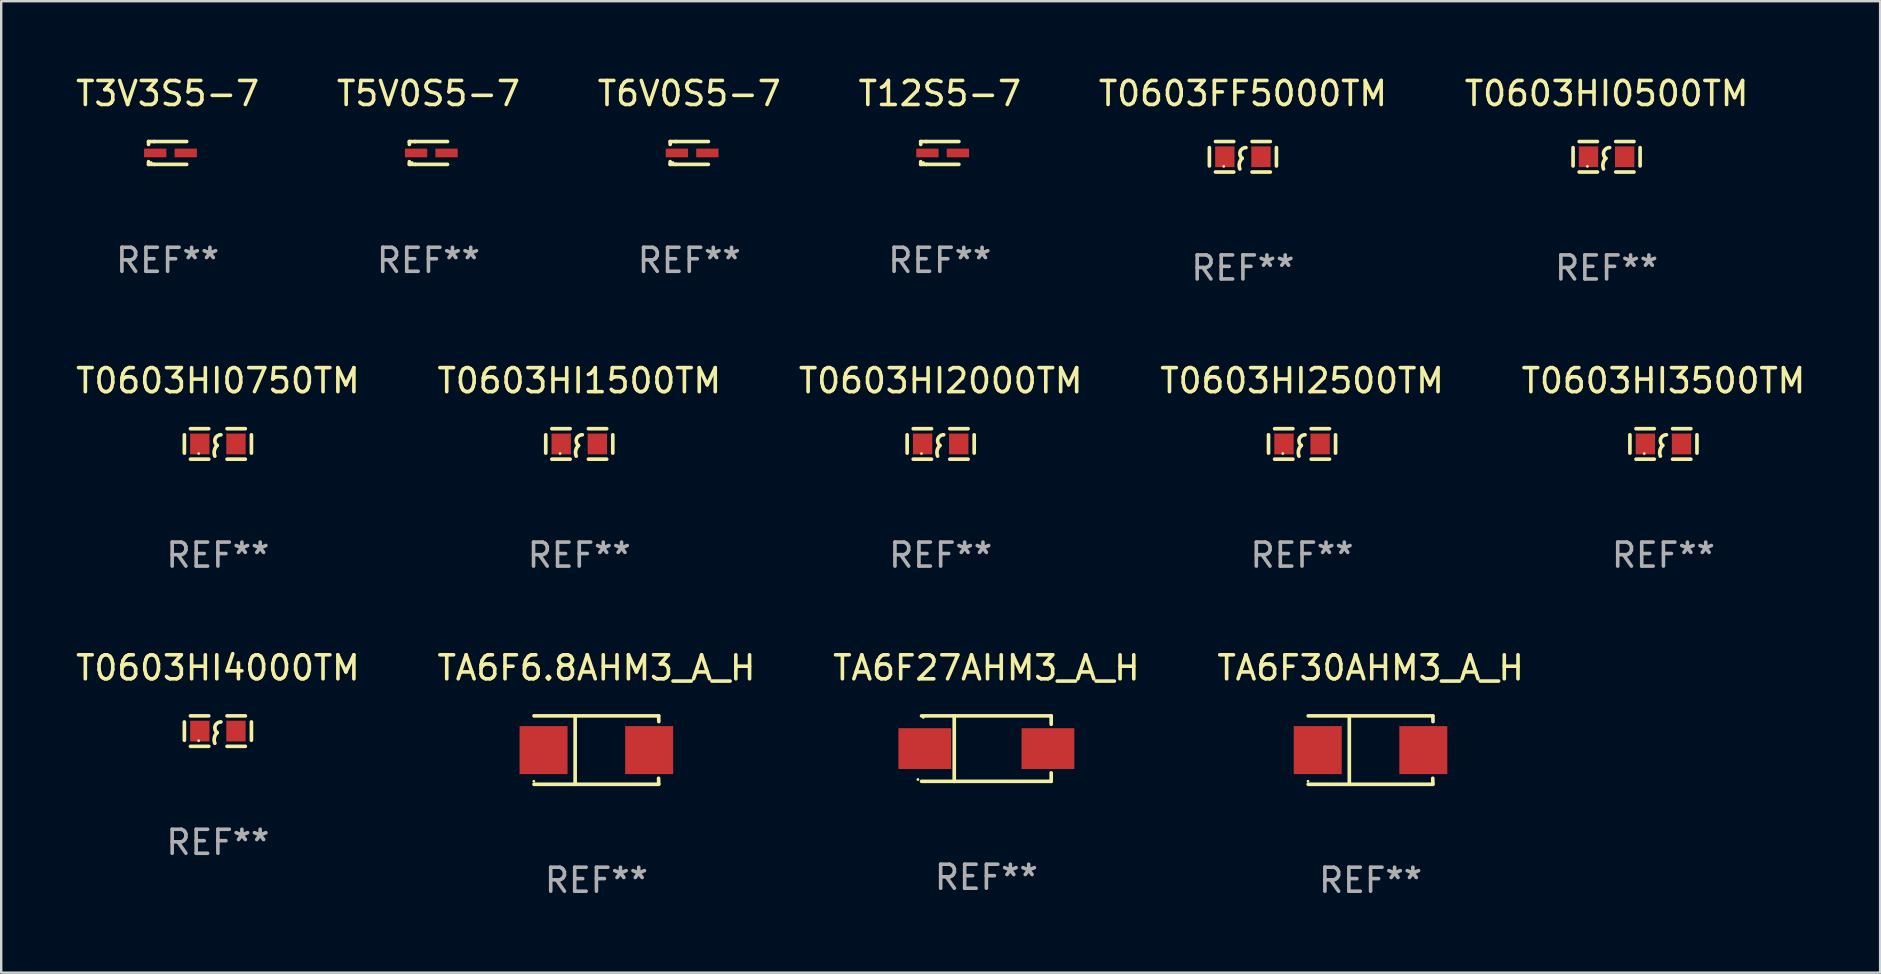
<source format=kicad_pcb>
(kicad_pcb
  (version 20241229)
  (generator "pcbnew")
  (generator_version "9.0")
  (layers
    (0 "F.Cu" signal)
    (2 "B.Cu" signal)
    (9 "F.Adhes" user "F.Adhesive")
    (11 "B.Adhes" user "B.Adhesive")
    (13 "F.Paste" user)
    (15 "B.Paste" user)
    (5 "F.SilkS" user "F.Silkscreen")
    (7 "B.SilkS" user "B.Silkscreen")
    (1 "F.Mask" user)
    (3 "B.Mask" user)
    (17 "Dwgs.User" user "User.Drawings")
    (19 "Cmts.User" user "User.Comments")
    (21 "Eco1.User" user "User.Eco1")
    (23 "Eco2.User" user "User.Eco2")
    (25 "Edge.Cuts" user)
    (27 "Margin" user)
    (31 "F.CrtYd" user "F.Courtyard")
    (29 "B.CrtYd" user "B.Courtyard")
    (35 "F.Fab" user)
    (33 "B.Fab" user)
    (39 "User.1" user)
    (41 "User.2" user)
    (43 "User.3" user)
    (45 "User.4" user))
  (footprint "T0603HI2500TM"
    (layer "F.Cu")
    (at 51.208 15.45)
    (property "Reference" "T0603HI2500TM" (at 0 -2.635 0) (layer "F.SilkS") (effects (font (size 1 1) (thickness 0.15))))
    (attr through_hole)
    (fp_line (start -1.397 -0.381) (end -1.397 0.381) (stroke (width 0.152) (type solid)) (layer "F.SilkS"))
    (fp_line (start -0.381 -0.635) (end -1.143 -0.635) (stroke (width 0.152) (type solid)) (layer "F.SilkS"))
    (fp_line (start -0.381 0.635) (end -1.143 0.635) (stroke (width 0.152) (type solid)) (layer "F.SilkS"))
    (fp_line (start 0.381 -0.635) (end 1.143 -0.635) (stroke (width 0.152) (type solid)) (layer "F.SilkS"))
    (fp_line (start 0.381 0.635) (end 1.143 0.635) (stroke (width 0.152) (type solid)) (layer "F.SilkS"))
    (fp_line (start 1.397 -0.381) (end 1.397 0.381) (stroke (width 0.152) (type solid)) (layer "F.SilkS"))
    (fp_arc (start -0.127 0.508001) (mid -0.146523 0.271131) (end -0.030861 0.0635) (stroke (width 0.151994) (type solid)) (layer "F.SilkS"))
    (fp_arc (start -0.03175 0.0635) (mid -0.113571 -0.216321) (end 0.127001 -0.381002) (stroke (width 0.151994) (type solid)) (layer "F.SilkS"))
    (fp_circle (center -0.8 0.4) (end -0.77 0.4) (stroke (width 0.06) (type solid)) (fill no) (layer "F.SilkS"))
    (fp_text user "REF**" (at 0 4.635 0) (layer "F.Fab") (effects (font (size 1 1) (thickness 0.15))))
    (pad "1" smd rect (at -0.753 0) (size 0.806 0.864) (layers "F.Cu" "F.Mask" "F.Paste"))
    (pad "2" smd rect (at 0.753 0) (size 0.806 0.864) (layers "F.Cu" "F.Mask" "F.Paste")))
  (footprint "T12S5-7"
    (layer "F.Cu")
    (at 36.113 3.324)
    (property "Reference" "T12S5-7" (at 0 -2.476 0) (layer "F.SilkS") (effects (font (size 1 1) (thickness 0.15))))
    (attr through_hole)
    (fp_line (start -0.795 -0.476) (end -0.795 -0.356) (stroke (width 0.152) (type solid)) (layer "F.SilkS"))
    (fp_line (start -0.795 0.363) (end -0.795 0.476) (stroke (width 0.152) (type solid)) (layer "F.SilkS"))
    (fp_line (start -0.795 0.476) (end -0.557 0.476) (stroke (width 0.152) (type solid)) (layer "F.SilkS"))
    (fp_line (start -0.557 -0.476) (end -0.795 -0.476) (stroke (width 0.152) (type solid)) (layer "F.SilkS"))
    (fp_line (start -0.557 -0.476) (end 0.795 -0.476) (stroke (width 0.152) (type solid)) (layer "F.SilkS"))
    (fp_line (start -0.557 0.476) (end 0.795 0.476) (stroke (width 0.152) (type solid)) (layer "F.SilkS"))
    (fp_circle (center -0.681 0.4) (end -0.651 0.4) (stroke (width 0.06) (type solid)) (fill no) (layer "F.SilkS"))
    (fp_text user "REF**" (at 0 4.476 0) (layer "F.Fab") (effects (font (size 1 1) (thickness 0.15))))
    (pad "1" smd rect (at -0.516 0 180) (size 0.93 0.36) (layers "F.Cu" "F.Mask" "F.Paste"))
    (pad "2" smd rect (at 0.754 0 180) (size 0.93 0.36) (layers "F.Cu" "F.Mask" "F.Paste")))
  (footprint "T0603HI0750TM"
    (layer "F.Cu")
    (at 6.03 15.45)
    (property "Reference" "T0603HI0750TM" (at 0 -2.635 0) (layer "F.SilkS") (effects (font (size 1 1) (thickness 0.15))))
    (attr through_hole)
    (fp_line (start -1.397 -0.381) (end -1.397 0.381) (stroke (width 0.152) (type solid)) (layer "F.SilkS"))
    (fp_line (start -0.381 -0.635) (end -1.143 -0.635) (stroke (width 0.152) (type solid)) (layer "F.SilkS"))
    (fp_line (start -0.381 0.635) (end -1.143 0.635) (stroke (width 0.152) (type solid)) (layer "F.SilkS"))
    (fp_line (start 0.381 -0.635) (end 1.143 -0.635) (stroke (width 0.152) (type solid)) (layer "F.SilkS"))
    (fp_line (start 0.381 0.635) (end 1.143 0.635) (stroke (width 0.152) (type solid)) (layer "F.SilkS"))
    (fp_line (start 1.397 -0.381) (end 1.397 0.381) (stroke (width 0.152) (type solid)) (layer "F.SilkS"))
    (fp_arc (start -0.127 0.508001) (mid -0.146523 0.271131) (end -0.030861 0.0635) (stroke (width 0.151994) (type solid)) (layer "F.SilkS"))
    (fp_arc (start -0.03175 0.0635) (mid -0.113571 -0.216321) (end 0.127001 -0.381002) (stroke (width 0.151994) (type solid)) (layer "F.SilkS"))
    (fp_circle (center -0.8 0.4) (end -0.77 0.4) (stroke (width 0.06) (type solid)) (fill no) (layer "F.SilkS"))
    (fp_text user "REF**" (at 0 4.635 0) (layer "F.Fab") (effects (font (size 1 1) (thickness 0.15))))
    (pad "1" smd rect (at -0.753 0) (size 0.806 0.864) (layers "F.Cu" "F.Mask" "F.Paste"))
    (pad "2" smd rect (at 0.753 0) (size 0.806 0.864) (layers "F.Cu" "F.Mask" "F.Paste")))
  (footprint "T0603HI4000TM"
    (layer "F.Cu")
    (at 6.03 27.416)
    (property "Reference" "T0603HI4000TM" (at 0 -2.635 0) (layer "F.SilkS") (effects (font (size 1 1) (thickness 0.15))))
    (attr through_hole)
    (fp_line (start -1.397 -0.381) (end -1.397 0.381) (stroke (width 0.152) (type solid)) (layer "F.SilkS"))
    (fp_line (start -0.381 -0.635) (end -1.143 -0.635) (stroke (width 0.152) (type solid)) (layer "F.SilkS"))
    (fp_line (start -0.381 0.635) (end -1.143 0.635) (stroke (width 0.152) (type solid)) (layer "F.SilkS"))
    (fp_line (start 0.381 -0.635) (end 1.143 -0.635) (stroke (width 0.152) (type solid)) (layer "F.SilkS"))
    (fp_line (start 0.381 0.635) (end 1.143 0.635) (stroke (width 0.152) (type solid)) (layer "F.SilkS"))
    (fp_line (start 1.397 -0.381) (end 1.397 0.381) (stroke (width 0.152) (type solid)) (layer "F.SilkS"))
    (fp_arc (start -0.127 0.508001) (mid -0.146523 0.271131) (end -0.030861 0.0635) (stroke (width 0.151994) (type solid)) (layer "F.SilkS"))
    (fp_arc (start -0.03175 0.0635) (mid -0.113571 -0.216321) (end 0.127001 -0.381002) (stroke (width 0.151994) (type solid)) (layer "F.SilkS"))
    (fp_circle (center -0.8 0.4) (end -0.77 0.4) (stroke (width 0.06) (type solid)) (fill no) (layer "F.SilkS"))
    (fp_text user "REF**" (at 0 4.635 0) (layer "F.Fab") (effects (font (size 1 1) (thickness 0.15))))
    (pad "1" smd rect (at -0.753 0) (size 0.806 0.864) (layers "F.Cu" "F.Mask" "F.Paste"))
    (pad "2" smd rect (at 0.753 0) (size 0.806 0.864) (layers "F.Cu" "F.Mask" "F.Paste")))
  (footprint "T0603HI2000TM"
    (layer "F.Cu")
    (at 36.149 15.45)
    (property "Reference" "T0603HI2000TM" (at 0 -2.635 0) (layer "F.SilkS") (effects (font (size 1 1) (thickness 0.15))))
    (attr through_hole)
    (fp_line (start -1.397 -0.381) (end -1.397 0.381) (stroke (width 0.152) (type solid)) (layer "F.SilkS"))
    (fp_line (start -0.381 -0.635) (end -1.143 -0.635) (stroke (width 0.152) (type solid)) (layer "F.SilkS"))
    (fp_line (start -0.381 0.635) (end -1.143 0.635) (stroke (width 0.152) (type solid)) (layer "F.SilkS"))
    (fp_line (start 0.381 -0.635) (end 1.143 -0.635) (stroke (width 0.152) (type solid)) (layer "F.SilkS"))
    (fp_line (start 0.381 0.635) (end 1.143 0.635) (stroke (width 0.152) (type solid)) (layer "F.SilkS"))
    (fp_line (start 1.397 -0.381) (end 1.397 0.381) (stroke (width 0.152) (type solid)) (layer "F.SilkS"))
    (fp_arc (start -0.127 0.508001) (mid -0.146523 0.271131) (end -0.030861 0.0635) (stroke (width 0.151994) (type solid)) (layer "F.SilkS"))
    (fp_arc (start -0.03175 0.0635) (mid -0.113571 -0.216321) (end 0.127001 -0.381002) (stroke (width 0.151994) (type solid)) (layer "F.SilkS"))
    (fp_circle (center -0.8 0.4) (end -0.77 0.4) (stroke (width 0.06) (type solid)) (fill no) (layer "F.SilkS"))
    (fp_text user "REF**" (at 0 4.635 0) (layer "F.Fab") (effects (font (size 1 1) (thickness 0.15))))
    (pad "1" smd rect (at -0.753 0) (size 0.806 0.864) (layers "F.Cu" "F.Mask" "F.Paste"))
    (pad "2" smd rect (at 0.753 0) (size 0.806 0.864) (layers "F.Cu" "F.Mask" "F.Paste")))
  (footprint "T0603HI1500TM"
    (layer "F.Cu")
    (at 21.089 15.45)
    (property "Reference" "T0603HI1500TM" (at 0 -2.635 0) (layer "F.SilkS") (effects (font (size 1 1) (thickness 0.15))))
    (attr through_hole)
    (fp_line (start -1.397 -0.381) (end -1.397 0.381) (stroke (width 0.152) (type solid)) (layer "F.SilkS"))
    (fp_line (start -0.381 -0.635) (end -1.143 -0.635) (stroke (width 0.152) (type solid)) (layer "F.SilkS"))
    (fp_line (start -0.381 0.635) (end -1.143 0.635) (stroke (width 0.152) (type solid)) (layer "F.SilkS"))
    (fp_line (start 0.381 -0.635) (end 1.143 -0.635) (stroke (width 0.152) (type solid)) (layer "F.SilkS"))
    (fp_line (start 0.381 0.635) (end 1.143 0.635) (stroke (width 0.152) (type solid)) (layer "F.SilkS"))
    (fp_line (start 1.397 -0.381) (end 1.397 0.381) (stroke (width 0.152) (type solid)) (layer "F.SilkS"))
    (fp_arc (start -0.127 0.508001) (mid -0.146523 0.271131) (end -0.030861 0.0635) (stroke (width 0.151994) (type solid)) (layer "F.SilkS"))
    (fp_arc (start -0.03175 0.0635) (mid -0.113571 -0.216321) (end 0.127001 -0.381002) (stroke (width 0.151994) (type solid)) (layer "F.SilkS"))
    (fp_circle (center -0.8 0.4) (end -0.77 0.4) (stroke (width 0.06) (type solid)) (fill no) (layer "F.SilkS"))
    (fp_text user "REF**" (at 0 4.635 0) (layer "F.Fab") (effects (font (size 1 1) (thickness 0.15))))
    (pad "1" smd rect (at -0.753 0) (size 0.806 0.864) (layers "F.Cu" "F.Mask" "F.Paste"))
    (pad "2" smd rect (at 0.753 0) (size 0.806 0.864) (layers "F.Cu" "F.Mask" "F.Paste")))
  (footprint "T0603HI3500TM"
    (layer "F.Cu")
    (at 66.268 15.45)
    (property "Reference" "T0603HI3500TM" (at 0 -2.635 0) (layer "F.SilkS") (effects (font (size 1 1) (thickness 0.15))))
    (attr through_hole)
    (fp_line (start -1.397 -0.381) (end -1.397 0.381) (stroke (width 0.152) (type solid)) (layer "F.SilkS"))
    (fp_line (start -0.381 -0.635) (end -1.143 -0.635) (stroke (width 0.152) (type solid)) (layer "F.SilkS"))
    (fp_line (start -0.381 0.635) (end -1.143 0.635) (stroke (width 0.152) (type solid)) (layer "F.SilkS"))
    (fp_line (start 0.381 -0.635) (end 1.143 -0.635) (stroke (width 0.152) (type solid)) (layer "F.SilkS"))
    (fp_line (start 0.381 0.635) (end 1.143 0.635) (stroke (width 0.152) (type solid)) (layer "F.SilkS"))
    (fp_line (start 1.397 -0.381) (end 1.397 0.381) (stroke (width 0.152) (type solid)) (layer "F.SilkS"))
    (fp_arc (start -0.127 0.508001) (mid -0.146523 0.271131) (end -0.030861 0.0635) (stroke (width 0.151994) (type solid)) (layer "F.SilkS"))
    (fp_arc (start -0.03175 0.0635) (mid -0.113571 -0.216321) (end 0.127001 -0.381002) (stroke (width 0.151994) (type solid)) (layer "F.SilkS"))
    (fp_circle (center -0.8 0.4) (end -0.77 0.4) (stroke (width 0.06) (type solid)) (fill no) (layer "F.SilkS"))
    (fp_text user "REF**" (at 0 4.635 0) (layer "F.Fab") (effects (font (size 1 1) (thickness 0.15))))
    (pad "1" smd rect (at -0.753 0) (size 0.806 0.864) (layers "F.Cu" "F.Mask" "F.Paste"))
    (pad "2" smd rect (at 0.753 0) (size 0.806 0.864) (layers "F.Cu" "F.Mask" "F.Paste")))
  (footprint "T0603HI0500TM"
    (layer "F.Cu")
    (at 63.899 3.483)
    (property "Reference" "T0603HI0500TM" (at 0 -2.635 0) (layer "F.SilkS") (effects (font (size 1 1) (thickness 0.15))))
    (attr through_hole)
    (fp_line (start -1.397 -0.381) (end -1.397 0.381) (stroke (width 0.152) (type solid)) (layer "F.SilkS"))
    (fp_line (start -0.381 -0.635) (end -1.143 -0.635) (stroke (width 0.152) (type solid)) (layer "F.SilkS"))
    (fp_line (start -0.381 0.635) (end -1.143 0.635) (stroke (width 0.152) (type solid)) (layer "F.SilkS"))
    (fp_line (start 0.381 -0.635) (end 1.143 -0.635) (stroke (width 0.152) (type solid)) (layer "F.SilkS"))
    (fp_line (start 0.381 0.635) (end 1.143 0.635) (stroke (width 0.152) (type solid)) (layer "F.SilkS"))
    (fp_line (start 1.397 -0.381) (end 1.397 0.381) (stroke (width 0.152) (type solid)) (layer "F.SilkS"))
    (fp_arc (start -0.127 0.508001) (mid -0.146523 0.271131) (end -0.030861 0.0635) (stroke (width 0.151994) (type solid)) (layer "F.SilkS"))
    (fp_arc (start -0.03175 0.0635) (mid -0.113571 -0.216321) (end 0.127001 -0.381002) (stroke (width 0.151994) (type solid)) (layer "F.SilkS"))
    (fp_circle (center -0.8 0.4) (end -0.77 0.4) (stroke (width 0.06) (type solid)) (fill no) (layer "F.SilkS"))
    (fp_text user "REF**" (at 0 4.635 0) (layer "F.Fab") (effects (font (size 1 1) (thickness 0.15))))
    (pad "1" smd rect (at -0.753 0) (size 0.806 0.864) (layers "F.Cu" "F.Mask" "F.Paste"))
    (pad "2" smd rect (at 0.753 0) (size 0.806 0.864) (layers "F.Cu" "F.Mask" "F.Paste")))
  (footprint "T0603FF5000TM"
    (layer "F.Cu")
    (at 48.744 3.483)
    (property "Reference" "T0603FF5000TM" (at 0 -2.635 0) (layer "F.SilkS") (effects (font (size 1 1) (thickness 0.15))))
    (attr through_hole)
    (fp_line (start -1.397 -0.381) (end -1.397 0.381) (stroke (width 0.152) (type solid)) (layer "F.SilkS"))
    (fp_line (start -0.381 -0.635) (end -1.143 -0.635) (stroke (width 0.152) (type solid)) (layer "F.SilkS"))
    (fp_line (start -0.381 0.635) (end -1.143 0.635) (stroke (width 0.152) (type solid)) (layer "F.SilkS"))
    (fp_line (start 0.381 -0.635) (end 1.143 -0.635) (stroke (width 0.152) (type solid)) (layer "F.SilkS"))
    (fp_line (start 0.381 0.635) (end 1.143 0.635) (stroke (width 0.152) (type solid)) (layer "F.SilkS"))
    (fp_line (start 1.397 -0.381) (end 1.397 0.381) (stroke (width 0.152) (type solid)) (layer "F.SilkS"))
    (fp_arc (start -0.127 0.508001) (mid -0.146523 0.271131) (end -0.030861 0.0635) (stroke (width 0.151994) (type solid)) (layer "F.SilkS"))
    (fp_arc (start -0.03175 0.0635) (mid -0.113571 -0.216321) (end 0.127001 -0.381002) (stroke (width 0.151994) (type solid)) (layer "F.SilkS"))
    (fp_circle (center -0.8 0.4) (end -0.77 0.4) (stroke (width 0.06) (type solid)) (fill no) (layer "F.SilkS"))
    (fp_text user "REF**" (at 0 4.635 0) (layer "F.Fab") (effects (font (size 1 1) (thickness 0.15))))
    (pad "1" smd rect (at -0.753 0) (size 0.806 0.864) (layers "F.Cu" "F.Mask" "F.Paste"))
    (pad "2" smd rect (at 0.753 0) (size 0.806 0.864) (layers "F.Cu" "F.Mask" "F.Paste")))
  (footprint "TA6F6.8AHM3_A_H"
    (layer "F.Cu")
    (at 21.804 28.207)
    (property "Reference" "TA6F6.8AHM3_A_H" (at 0 -3.426 0) (layer "F.SilkS") (effects (font (size 1 1) (thickness 0.15))))
    (attr through_hole)
    (fp_line (start -2.6 -1.426) (end 2.593 -1.426) (stroke (width 0.152) (type solid)) (layer "F.SilkS"))
    (fp_line (start -2.6 1.426) (end 2.593 1.426) (stroke (width 0.152) (type solid)) (layer "F.SilkS"))
    (fp_line (start -0.887 -1.426) (end -0.887 1.426) (stroke (width 0.152) (type solid)) (layer "F.SilkS"))
    (fp_line (start 2.59 1.176) (end 2.597 1.415) (stroke (width 0.152) (type solid)) (layer "F.SilkS"))
    (fp_line (start 2.593 -1.426) (end 2.6 -1.187) (stroke (width 0.152) (type solid)) (layer "F.SilkS"))
    (fp_circle (center -2.608 1.3) (end -2.578 1.3) (stroke (width 0.06) (type solid)) (fill no) (layer "F.SilkS"))
    (fp_text user "REF**" (at 0 5.426 0) (layer "F.Fab") (effects (font (size 1 1) (thickness 0.15))))
    (pad "1" smd rect (at -2.203 0 180) (size 2 2) (layers "F.Cu" "F.Mask" "F.Paste"))
    (pad "2" smd rect (at 2.197 0 180) (size 2 2) (layers "F.Cu" "F.Mask" "F.Paste")))
  (footprint "T3V3S5-7"
    (layer "F.Cu")
    (at 3.935 3.324)
    (property "Reference" "T3V3S5-7" (at 0 -2.476 0) (layer "F.SilkS") (effects (font (size 1 1) (thickness 0.15))))
    (attr through_hole)
    (fp_line (start -0.795 -0.476) (end -0.795 -0.356) (stroke (width 0.152) (type solid)) (layer "F.SilkS"))
    (fp_line (start -0.795 0.363) (end -0.795 0.476) (stroke (width 0.152) (type solid)) (layer "F.SilkS"))
    (fp_line (start -0.795 0.476) (end -0.557 0.476) (stroke (width 0.152) (type solid)) (layer "F.SilkS"))
    (fp_line (start -0.557 -0.476) (end -0.795 -0.476) (stroke (width 0.152) (type solid)) (layer "F.SilkS"))
    (fp_line (start -0.557 -0.476) (end 0.795 -0.476) (stroke (width 0.152) (type solid)) (layer "F.SilkS"))
    (fp_line (start -0.557 0.476) (end 0.795 0.476) (stroke (width 0.152) (type solid)) (layer "F.SilkS"))
    (fp_circle (center -0.681 0.4) (end -0.651 0.4) (stroke (width 0.06) (type solid)) (fill no) (layer "F.SilkS"))
    (fp_text user "REF**" (at 0 4.476 0) (layer "F.Fab") (effects (font (size 1 1) (thickness 0.15))))
    (pad "1" smd rect (at -0.516 0 180) (size 0.93 0.36) (layers "F.Cu" "F.Mask" "F.Paste"))
    (pad "2" smd rect (at 0.754 0 180) (size 0.93 0.36) (layers "F.Cu" "F.Mask" "F.Paste")))
  (footprint "TA6F27AHM3_A_H"
    (layer "F.Cu")
    (at 38.054 28.145)
    (property "Reference" "TA6F27AHM3_A_H" (at 0 -3.364 0) (layer "F.SilkS") (effects (font (size 1 1) (thickness 0.15))))
    (attr through_hole)
    (fp_line (start -2.701 -1.364) (end 2.701 -1.364) (stroke (width 0.152) (type solid)) (layer "F.SilkS"))
    (fp_line (start -2.701 1.364) (end 2.701 1.364) (stroke (width 0.152) (type solid)) (layer "F.SilkS"))
    (fp_line (start -1.339 -1.364) (end -1.339 1.364) (stroke (width 0.152) (type solid)) (layer "F.SilkS"))
    (fp_line (start 2.701 -1.364) (end 2.701 -1.013) (stroke (width 0.152) (type solid)) (layer "F.SilkS"))
    (fp_line (start 2.701 1.364) (end 2.701 1.013) (stroke (width 0.152) (type solid)) (layer "F.SilkS"))
    (fp_circle (center -2.853 1.288) (end -2.823 1.288) (stroke (width 0.06) (type solid)) (fill no) (layer "F.SilkS"))
    (fp_circle (center -2.628 -1.3) (end -2.598 -1.3) (stroke (width 0.06) (type solid)) (fill no) (layer "F.SilkS"))
    (fp_text user "REF**" (at 0 5.364 0) (layer "F.Fab") (effects (font (size 1 1) (thickness 0.15))))
    (pad "1" smd rect (at -2.565 0.000025) (size 2.2 1.7) (layers "F.Cu" "F.Mask" "F.Paste"))
    (pad "2" smd rect (at 2.565 0.000025) (size 2.2 1.7) (layers "F.Cu" "F.Mask" "F.Paste")))
  (footprint "T5V0S5-7"
    (layer "F.Cu")
    (at 14.804 3.324)
    (property "Reference" "T5V0S5-7" (at 0 -2.476 0) (layer "F.SilkS") (effects (font (size 1 1) (thickness 0.15))))
    (attr through_hole)
    (fp_line (start -0.795 -0.476) (end -0.795 -0.356) (stroke (width 0.152) (type solid)) (layer "F.SilkS"))
    (fp_line (start -0.795 0.363) (end -0.795 0.476) (stroke (width 0.152) (type solid)) (layer "F.SilkS"))
    (fp_line (start -0.795 0.476) (end -0.557 0.476) (stroke (width 0.152) (type solid)) (layer "F.SilkS"))
    (fp_line (start -0.557 -0.476) (end -0.795 -0.476) (stroke (width 0.152) (type solid)) (layer "F.SilkS"))
    (fp_line (start -0.557 -0.476) (end 0.795 -0.476) (stroke (width 0.152) (type solid)) (layer "F.SilkS"))
    (fp_line (start -0.557 0.476) (end 0.795 0.476) (stroke (width 0.152) (type solid)) (layer "F.SilkS"))
    (fp_circle (center -0.681 0.4) (end -0.651 0.4) (stroke (width 0.06) (type solid)) (fill no) (layer "F.SilkS"))
    (fp_text user "REF**" (at 0 4.476 0) (layer "F.Fab") (effects (font (size 1 1) (thickness 0.15))))
    (pad "1" smd rect (at -0.516 0 180) (size 0.93 0.36) (layers "F.Cu" "F.Mask" "F.Paste"))
    (pad "2" smd rect (at 0.754 0 180) (size 0.93 0.36) (layers "F.Cu" "F.Mask" "F.Paste")))
  (footprint "T6V0S5-7"
    (layer "F.Cu")
    (at 25.673 3.324)
    (property "Reference" "T6V0S5-7" (at 0 -2.476 0) (layer "F.SilkS") (effects (font (size 1 1) (thickness 0.15))))
    (attr through_hole)
    (fp_line (start -0.795 -0.476) (end -0.795 -0.356) (stroke (width 0.152) (type solid)) (layer "F.SilkS"))
    (fp_line (start -0.795 0.363) (end -0.795 0.476) (stroke (width 0.152) (type solid)) (layer "F.SilkS"))
    (fp_line (start -0.795 0.476) (end -0.557 0.476) (stroke (width 0.152) (type solid)) (layer "F.SilkS"))
    (fp_line (start -0.557 -0.476) (end -0.795 -0.476) (stroke (width 0.152) (type solid)) (layer "F.SilkS"))
    (fp_line (start -0.557 -0.476) (end 0.795 -0.476) (stroke (width 0.152) (type solid)) (layer "F.SilkS"))
    (fp_line (start -0.557 0.476) (end 0.795 0.476) (stroke (width 0.152) (type solid)) (layer "F.SilkS"))
    (fp_circle (center -0.681 0.4) (end -0.651 0.4) (stroke (width 0.06) (type solid)) (fill no) (layer "F.SilkS"))
    (fp_text user "REF**" (at 0 4.476 0) (layer "F.Fab") (effects (font (size 1 1) (thickness 0.15))))
    (pad "1" smd rect (at -0.516 0 180) (size 0.93 0.36) (layers "F.Cu" "F.Mask" "F.Paste"))
    (pad "2" smd rect (at 0.754 0 180) (size 0.93 0.36) (layers "F.Cu" "F.Mask" "F.Paste")))
  (footprint "TA6F30AHM3_A_H"
    (layer "F.Cu")
    (at 54.065 28.207)
    (property "Reference" "TA6F30AHM3_A_H" (at 0 -3.426 0) (layer "F.SilkS") (effects (font (size 1 1) (thickness 0.15))))
    (attr through_hole)
    (fp_line (start -2.6 -1.426) (end 2.593 -1.426) (stroke (width 0.152) (type solid)) (layer "F.SilkS"))
    (fp_line (start -2.6 1.426) (end 2.593 1.426) (stroke (width 0.152) (type solid)) (layer "F.SilkS"))
    (fp_line (start -0.887 -1.426) (end -0.887 1.426) (stroke (width 0.152) (type solid)) (layer "F.SilkS"))
    (fp_line (start 2.59 1.176) (end 2.597 1.415) (stroke (width 0.152) (type solid)) (layer "F.SilkS"))
    (fp_line (start 2.593 -1.426) (end 2.6 -1.187) (stroke (width 0.152) (type solid)) (layer "F.SilkS"))
    (fp_circle (center -2.608 1.3) (end -2.578 1.3) (stroke (width 0.06) (type solid)) (fill no) (layer "F.SilkS"))
    (fp_text user "REF**" (at 0 5.426 0) (layer "F.Fab") (effects (font (size 1 1) (thickness 0.15))))
    (pad "1" smd rect (at -2.203 0 180) (size 2 2) (layers "F.Cu" "F.Mask" "F.Paste"))
    (pad "2" smd rect (at 2.197 0 180) (size 2 2) (layers "F.Cu" "F.Mask" "F.Paste")))
  (gr_rect
    (start -3 -3)
    (end 75.298 37.482)
    (stroke (width 0.1) (type default))
    (fill no)
    (layer "Edge.Cuts")))
</source>
